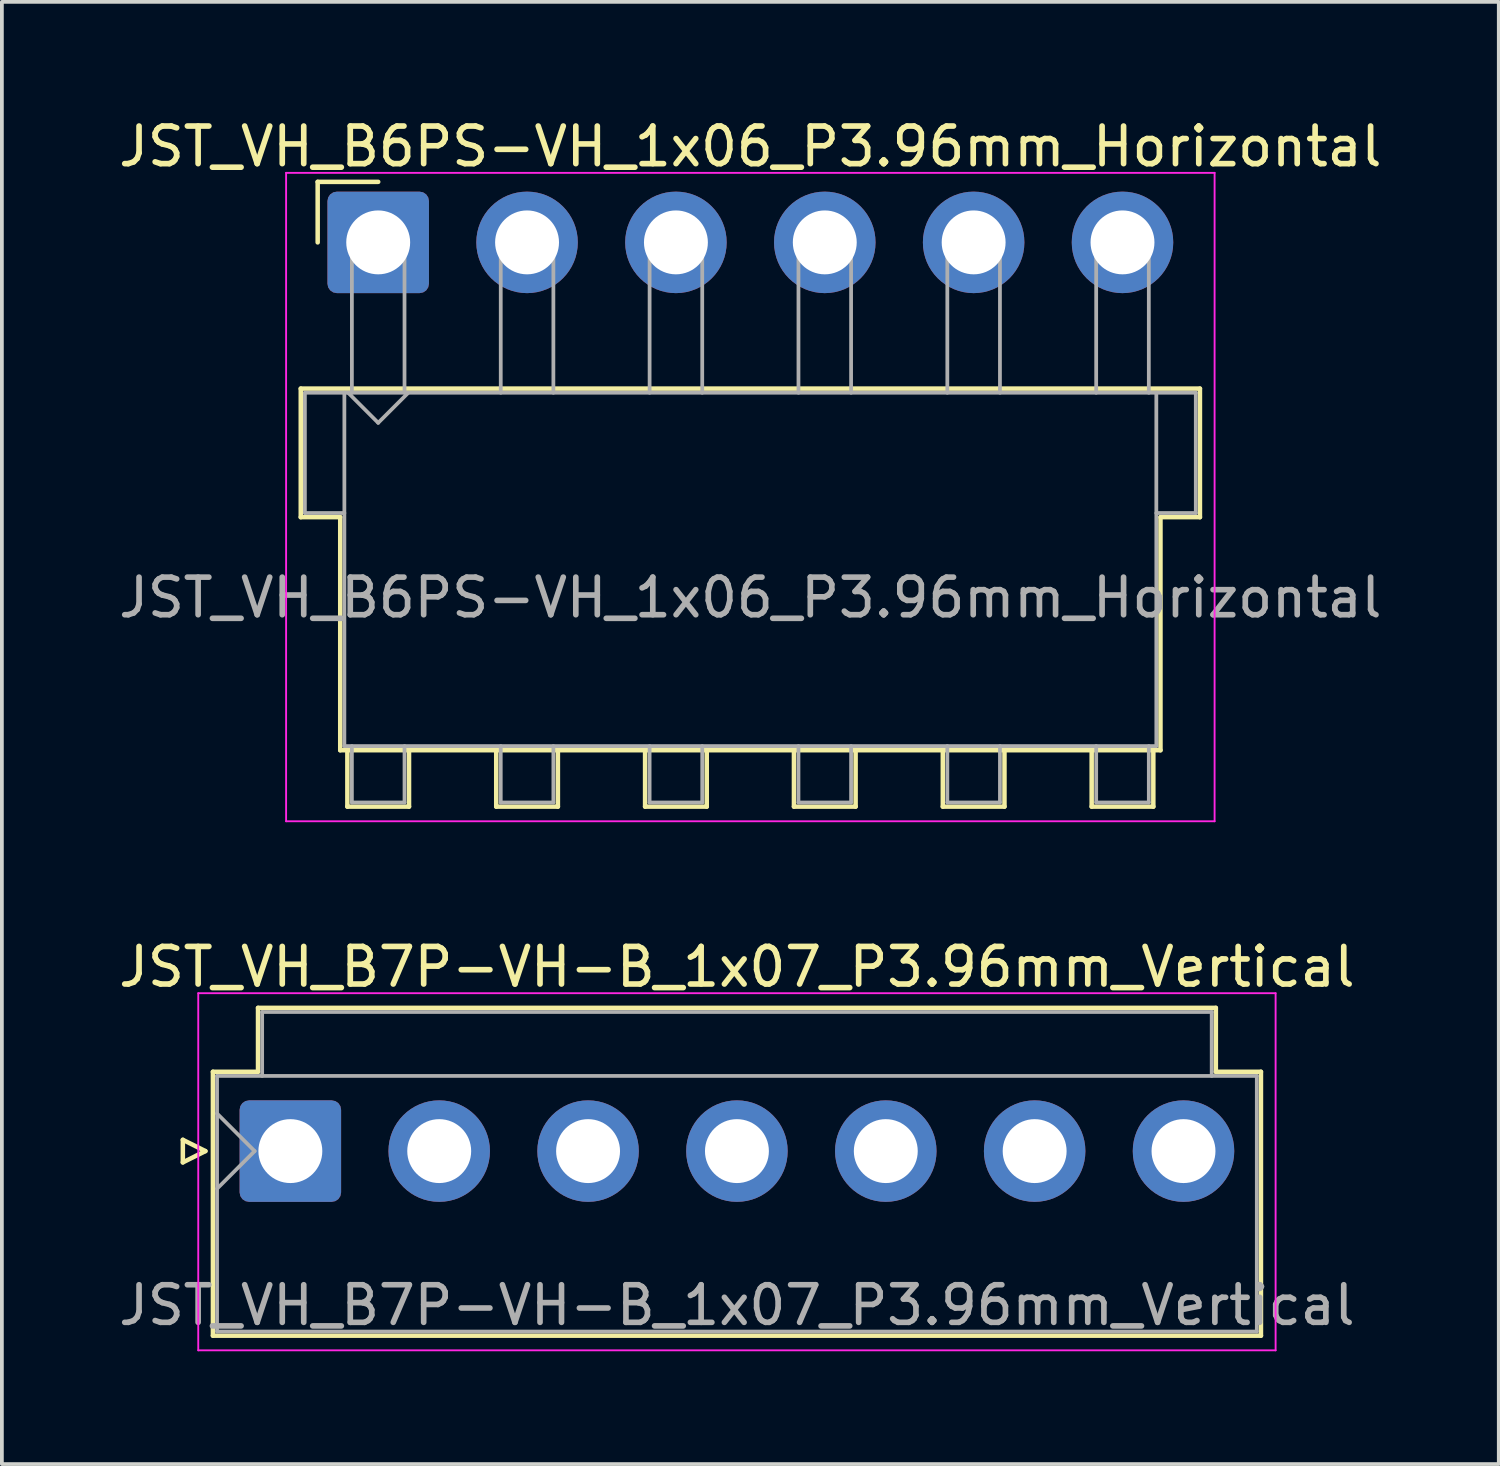
<source format=kicad_pcb>
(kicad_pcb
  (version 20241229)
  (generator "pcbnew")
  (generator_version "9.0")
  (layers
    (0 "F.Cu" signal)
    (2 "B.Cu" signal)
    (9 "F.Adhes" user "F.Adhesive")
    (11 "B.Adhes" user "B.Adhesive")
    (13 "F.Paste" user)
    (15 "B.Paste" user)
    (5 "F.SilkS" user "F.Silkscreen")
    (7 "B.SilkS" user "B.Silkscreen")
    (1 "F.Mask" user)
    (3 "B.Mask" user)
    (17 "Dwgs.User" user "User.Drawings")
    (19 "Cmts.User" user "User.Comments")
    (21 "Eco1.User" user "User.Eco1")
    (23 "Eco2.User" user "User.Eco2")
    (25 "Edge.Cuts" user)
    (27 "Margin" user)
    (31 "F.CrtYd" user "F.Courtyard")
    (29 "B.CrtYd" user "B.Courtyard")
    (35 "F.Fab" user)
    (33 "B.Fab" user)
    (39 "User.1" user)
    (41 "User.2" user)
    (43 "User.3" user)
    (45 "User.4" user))
  (footprint "JST_VH_B7P-VH-B_1x07_P3.96mm_Vertical"
    (layer "F.Cu")
    (at 4.674 27.572)
    (property "Reference" "JST_VH_B7P-VH-B_1x07_P3.96mm_Vertical" (at 11.88 -4.9 0) (layer "F.SilkS") (effects (font (size 1 1) (thickness 0.15))))
    (attr through_hole)
    (fp_line (start -2.86 -0.3) (end -2.26 0) (stroke (width 0.12) (type solid)) (layer "F.SilkS"))
    (fp_line (start -2.86 0.3) (end -2.86 -0.3) (stroke (width 0.12) (type solid)) (layer "F.SilkS"))
    (fp_line (start -2.26 0) (end -2.86 0.3) (stroke (width 0.12) (type solid)) (layer "F.SilkS"))
    (fp_line (start -2.06 -2.11) (end -0.86 -2.11) (stroke (width 0.12) (type solid)) (layer "F.SilkS"))
    (fp_line (start -2.06 4.91) (end -2.06 -2.11) (stroke (width 0.12) (type solid)) (layer "F.SilkS"))
    (fp_line (start -0.86 -3.81) (end 24.62 -3.81) (stroke (width 0.12) (type solid)) (layer "F.SilkS"))
    (fp_line (start -0.86 -2.11) (end -0.86 -3.81) (stroke (width 0.12) (type solid)) (layer "F.SilkS"))
    (fp_line (start 24.62 -3.81) (end 24.62 -2.11) (stroke (width 0.12) (type solid)) (layer "F.SilkS"))
    (fp_line (start 24.62 -2.11) (end 25.82 -2.11) (stroke (width 0.12) (type solid)) (layer "F.SilkS"))
    (fp_line (start 25.82 -2.11) (end 25.82 4.91) (stroke (width 0.12) (type solid)) (layer "F.SilkS"))
    (fp_line (start 25.82 4.91) (end -2.06 4.91) (stroke (width 0.12) (type solid)) (layer "F.SilkS"))
    (fp_line (start -2.45 -4.2) (end -2.45 5.3) (stroke (width 0.05) (type solid)) (layer "F.CrtYd"))
    (fp_line (start -2.45 5.3) (end 26.21 5.3) (stroke (width 0.05) (type solid)) (layer "F.CrtYd"))
    (fp_line (start 26.21 -4.2) (end -2.45 -4.2) (stroke (width 0.05) (type solid)) (layer "F.CrtYd"))
    (fp_line (start 26.21 5.3) (end 26.21 -4.2) (stroke (width 0.05) (type solid)) (layer "F.CrtYd"))
    (fp_line (start -1.95 -2) (end -1.95 4.8) (stroke (width 0.1) (type solid)) (layer "F.Fab"))
    (fp_line (start -1.95 -1) (end -0.95 0) (stroke (width 0.1) (type solid)) (layer "F.Fab"))
    (fp_line (start -1.95 1) (end -0.95 0) (stroke (width 0.1) (type solid)) (layer "F.Fab"))
    (fp_line (start -1.95 4.8) (end 25.71 4.8) (stroke (width 0.1) (type solid)) (layer "F.Fab"))
    (fp_line (start -0.75 -3.7) (end 24.51 -3.7) (stroke (width 0.1) (type solid)) (layer "F.Fab"))
    (fp_line (start -0.75 -2) (end -0.75 -3.7) (stroke (width 0.1) (type solid)) (layer "F.Fab"))
    (fp_line (start 24.51 -3.7) (end 24.51 -2) (stroke (width 0.1) (type solid)) (layer "F.Fab"))
    (fp_line (start 25.71 -2) (end -1.95 -2) (stroke (width 0.1) (type solid)) (layer "F.Fab"))
    (fp_line (start 25.71 4.8) (end 25.71 -2) (stroke (width 0.1) (type solid)) (layer "F.Fab"))
    (fp_text user "${REFERENCE}" (at 11.88 4.1 0) (layer "F.Fab") (effects (font (size 1 1) (thickness 0.15))))
    (pad "1" thru_hole roundrect (at 0 0) (size 2.7 2.7) (drill 1.7) (layers "*.Cu" "*.Mask") (roundrect_rratio 0.093))
    (pad "2" thru_hole circle (at 3.96 0) (size 2.7 2.7) (drill 1.7) (layers "*.Cu" "*.Mask"))
    (pad "3" thru_hole circle (at 7.92 0) (size 2.7 2.7) (drill 1.7) (layers "*.Cu" "*.Mask"))
    (pad "4" thru_hole circle (at 11.88 0) (size 2.7 2.7) (drill 1.7) (layers "*.Cu" "*.Mask"))
    (pad "5" thru_hole circle (at 15.84 0) (size 2.7 2.7) (drill 1.7) (layers "*.Cu" "*.Mask"))
    (pad "6" thru_hole circle (at 19.8 0) (size 2.7 2.7) (drill 1.7) (layers "*.Cu" "*.Mask"))
    (pad "7" thru_hole circle (at 23.76 0) (size 2.7 2.7) (drill 1.7) (layers "*.Cu" "*.Mask")))
  (footprint "JST_VH_B6PS-VH_1x06_P3.96mm_Horizontal"
    (layer "F.Cu")
    (at 7.011 3.398)
    (property "Reference" "JST_VH_B6PS-VH_1x06_P3.96mm_Horizontal" (at 9.9 -2.55 0) (layer "F.SilkS") (effects (font (size 1 1) (thickness 0.15))))
    (attr through_hole)
    (fp_line (start -2.06 3.89) (end 21.86 3.89) (stroke (width 0.12) (type solid)) (layer "F.SilkS"))
    (fp_line (start -2.06 7.31) (end -2.06 3.89) (stroke (width 0.12) (type solid)) (layer "F.SilkS"))
    (fp_line (start -1.61 -1.61) (end -1.61 0) (stroke (width 0.12) (type solid)) (layer "F.SilkS"))
    (fp_line (start -1.01 7.31) (end -2.06 7.31) (stroke (width 0.12) (type solid)) (layer "F.SilkS"))
    (fp_line (start -1.01 13.51) (end -1.01 7.31) (stroke (width 0.12) (type solid)) (layer "F.SilkS"))
    (fp_line (start -0.82 13.51) (end -0.82 15.01) (stroke (width 0.12) (type solid)) (layer "F.SilkS"))
    (fp_line (start -0.82 15.01) (end 0.82 15.01) (stroke (width 0.12) (type solid)) (layer "F.SilkS"))
    (fp_line (start 0 -1.61) (end -1.61 -1.61) (stroke (width 0.12) (type solid)) (layer "F.SilkS"))
    (fp_line (start 0.82 15.01) (end 0.82 13.51) (stroke (width 0.12) (type solid)) (layer "F.SilkS"))
    (fp_line (start 3.14 13.51) (end 3.14 15.01) (stroke (width 0.12) (type solid)) (layer "F.SilkS"))
    (fp_line (start 3.14 15.01) (end 4.78 15.01) (stroke (width 0.12) (type solid)) (layer "F.SilkS"))
    (fp_line (start 4.78 15.01) (end 4.78 13.51) (stroke (width 0.12) (type solid)) (layer "F.SilkS"))
    (fp_line (start 7.1 13.51) (end 7.1 15.01) (stroke (width 0.12) (type solid)) (layer "F.SilkS"))
    (fp_line (start 7.1 15.01) (end 8.74 15.01) (stroke (width 0.12) (type solid)) (layer "F.SilkS"))
    (fp_line (start 8.74 15.01) (end 8.74 13.51) (stroke (width 0.12) (type solid)) (layer "F.SilkS"))
    (fp_line (start 11.06 13.51) (end 11.06 15.01) (stroke (width 0.12) (type solid)) (layer "F.SilkS"))
    (fp_line (start 11.06 15.01) (end 12.7 15.01) (stroke (width 0.12) (type solid)) (layer "F.SilkS"))
    (fp_line (start 12.7 15.01) (end 12.7 13.51) (stroke (width 0.12) (type solid)) (layer "F.SilkS"))
    (fp_line (start 15.02 13.51) (end 15.02 15.01) (stroke (width 0.12) (type solid)) (layer "F.SilkS"))
    (fp_line (start 15.02 15.01) (end 16.66 15.01) (stroke (width 0.12) (type solid)) (layer "F.SilkS"))
    (fp_line (start 16.66 15.01) (end 16.66 13.51) (stroke (width 0.12) (type solid)) (layer "F.SilkS"))
    (fp_line (start 18.98 13.51) (end 18.98 15.01) (stroke (width 0.12) (type solid)) (layer "F.SilkS"))
    (fp_line (start 18.98 15.01) (end 20.62 15.01) (stroke (width 0.12) (type solid)) (layer "F.SilkS"))
    (fp_line (start 20.62 15.01) (end 20.62 13.51) (stroke (width 0.12) (type solid)) (layer "F.SilkS"))
    (fp_line (start 20.81 7.31) (end 20.81 13.51) (stroke (width 0.12) (type solid)) (layer "F.SilkS"))
    (fp_line (start 20.81 13.51) (end -1.01 13.51) (stroke (width 0.12) (type solid)) (layer "F.SilkS"))
    (fp_line (start 21.86 3.89) (end 21.86 7.31) (stroke (width 0.12) (type solid)) (layer "F.SilkS"))
    (fp_line (start 21.86 7.31) (end 20.81 7.31) (stroke (width 0.12) (type solid)) (layer "F.SilkS"))
    (fp_line (start -2.45 -1.85) (end -2.45 15.4) (stroke (width 0.05) (type solid)) (layer "F.CrtYd"))
    (fp_line (start -2.45 15.4) (end 22.25 15.4) (stroke (width 0.05) (type solid)) (layer "F.CrtYd"))
    (fp_line (start 22.25 -1.85) (end -2.45 -1.85) (stroke (width 0.05) (type solid)) (layer "F.CrtYd"))
    (fp_line (start 22.25 15.4) (end 22.25 -1.85) (stroke (width 0.05) (type solid)) (layer "F.CrtYd"))
    (fp_line (start -1.95 4) (end -0.9 4) (stroke (width 0.1) (type solid)) (layer "F.Fab"))
    (fp_line (start -1.95 7.2) (end -1.95 4) (stroke (width 0.1) (type solid)) (layer "F.Fab"))
    (fp_line (start -0.9 4) (end -0.9 13.4) (stroke (width 0.1) (type solid)) (layer "F.Fab"))
    (fp_line (start -0.9 7.2) (end -1.95 7.2) (stroke (width 0.1) (type solid)) (layer "F.Fab"))
    (fp_line (start -0.9 13.4) (end 20.7 13.4) (stroke (width 0.1) (type solid)) (layer "F.Fab"))
    (fp_line (start -0.8 4) (end 0 4.8) (stroke (width 0.1) (type solid)) (layer "F.Fab"))
    (fp_line (start -0.7 0) (end 0.7 0) (stroke (width 0.1) (type solid)) (layer "F.Fab"))
    (fp_line (start -0.7 4) (end -0.7 0) (stroke (width 0.1) (type solid)) (layer "F.Fab"))
    (fp_line (start -0.7 13.4) (end -0.7 14.9) (stroke (width 0.1) (type solid)) (layer "F.Fab"))
    (fp_line (start -0.7 14.9) (end 0.7 14.9) (stroke (width 0.1) (type solid)) (layer "F.Fab"))
    (fp_line (start 0 4.8) (end 0.8 4) (stroke (width 0.1) (type solid)) (layer "F.Fab"))
    (fp_line (start 0.7 0) (end 0.7 4) (stroke (width 0.1) (type solid)) (layer "F.Fab"))
    (fp_line (start 0.7 14.9) (end 0.7 13.4) (stroke (width 0.1) (type solid)) (layer "F.Fab"))
    (fp_line (start 3.26 0) (end 4.66 0) (stroke (width 0.1) (type solid)) (layer "F.Fab"))
    (fp_line (start 3.26 4) (end 3.26 0) (stroke (width 0.1) (type solid)) (layer "F.Fab"))
    (fp_line (start 3.26 13.4) (end 3.26 14.9) (stroke (width 0.1) (type solid)) (layer "F.Fab"))
    (fp_line (start 3.26 14.9) (end 4.66 14.9) (stroke (width 0.1) (type solid)) (layer "F.Fab"))
    (fp_line (start 4.66 0) (end 4.66 4) (stroke (width 0.1) (type solid)) (layer "F.Fab"))
    (fp_line (start 4.66 14.9) (end 4.66 13.4) (stroke (width 0.1) (type solid)) (layer "F.Fab"))
    (fp_line (start 7.22 0) (end 8.62 0) (stroke (width 0.1) (type solid)) (layer "F.Fab"))
    (fp_line (start 7.22 4) (end 7.22 0) (stroke (width 0.1) (type solid)) (layer "F.Fab"))
    (fp_line (start 7.22 13.4) (end 7.22 14.9) (stroke (width 0.1) (type solid)) (layer "F.Fab"))
    (fp_line (start 7.22 14.9) (end 8.62 14.9) (stroke (width 0.1) (type solid)) (layer "F.Fab"))
    (fp_line (start 8.62 0) (end 8.62 4) (stroke (width 0.1) (type solid)) (layer "F.Fab"))
    (fp_line (start 8.62 14.9) (end 8.62 13.4) (stroke (width 0.1) (type solid)) (layer "F.Fab"))
    (fp_line (start 11.18 0) (end 12.58 0) (stroke (width 0.1) (type solid)) (layer "F.Fab"))
    (fp_line (start 11.18 4) (end 11.18 0) (stroke (width 0.1) (type solid)) (layer "F.Fab"))
    (fp_line (start 11.18 13.4) (end 11.18 14.9) (stroke (width 0.1) (type solid)) (layer "F.Fab"))
    (fp_line (start 11.18 14.9) (end 12.58 14.9) (stroke (width 0.1) (type solid)) (layer "F.Fab"))
    (fp_line (start 12.58 0) (end 12.58 4) (stroke (width 0.1) (type solid)) (layer "F.Fab"))
    (fp_line (start 12.58 14.9) (end 12.58 13.4) (stroke (width 0.1) (type solid)) (layer "F.Fab"))
    (fp_line (start 15.14 0) (end 16.54 0) (stroke (width 0.1) (type solid)) (layer "F.Fab"))
    (fp_line (start 15.14 4) (end 15.14 0) (stroke (width 0.1) (type solid)) (layer "F.Fab"))
    (fp_line (start 15.14 13.4) (end 15.14 14.9) (stroke (width 0.1) (type solid)) (layer "F.Fab"))
    (fp_line (start 15.14 14.9) (end 16.54 14.9) (stroke (width 0.1) (type solid)) (layer "F.Fab"))
    (fp_line (start 16.54 0) (end 16.54 4) (stroke (width 0.1) (type solid)) (layer "F.Fab"))
    (fp_line (start 16.54 14.9) (end 16.54 13.4) (stroke (width 0.1) (type solid)) (layer "F.Fab"))
    (fp_line (start 19.1 0) (end 20.5 0) (stroke (width 0.1) (type solid)) (layer "F.Fab"))
    (fp_line (start 19.1 4) (end 19.1 0) (stroke (width 0.1) (type solid)) (layer "F.Fab"))
    (fp_line (start 19.1 13.4) (end 19.1 14.9) (stroke (width 0.1) (type solid)) (layer "F.Fab"))
    (fp_line (start 19.1 14.9) (end 20.5 14.9) (stroke (width 0.1) (type solid)) (layer "F.Fab"))
    (fp_line (start 20.5 0) (end 20.5 4) (stroke (width 0.1) (type solid)) (layer "F.Fab"))
    (fp_line (start 20.5 14.9) (end 20.5 13.4) (stroke (width 0.1) (type solid)) (layer "F.Fab"))
    (fp_line (start 20.7 4) (end -0.9 4) (stroke (width 0.1) (type solid)) (layer "F.Fab"))
    (fp_line (start 20.7 4) (end 21.75 4) (stroke (width 0.1) (type solid)) (layer "F.Fab"))
    (fp_line (start 20.7 13.4) (end 20.7 4) (stroke (width 0.1) (type solid)) (layer "F.Fab"))
    (fp_line (start 21.75 4) (end 21.75 7.2) (stroke (width 0.1) (type solid)) (layer "F.Fab"))
    (fp_line (start 21.75 7.2) (end 20.7 7.2) (stroke (width 0.1) (type solid)) (layer "F.Fab"))
    (fp_text user "${REFERENCE}" (at 9.9 9.45 0) (layer "F.Fab") (effects (font (size 1 1) (thickness 0.15))))
    (pad "1" thru_hole roundrect (at 0 0) (size 2.7 2.7) (drill 1.7) (layers "*.Cu" "*.Mask") (roundrect_rratio 0.093))
    (pad "2" thru_hole circle (at 3.96 0) (size 2.7 2.7) (drill 1.7) (layers "*.Cu" "*.Mask"))
    (pad "3" thru_hole circle (at 7.92 0) (size 2.7 2.7) (drill 1.7) (layers "*.Cu" "*.Mask"))
    (pad "4" thru_hole circle (at 11.88 0) (size 2.7 2.7) (drill 1.7) (layers "*.Cu" "*.Mask"))
    (pad "5" thru_hole circle (at 15.84 0) (size 2.7 2.7) (drill 1.7) (layers "*.Cu" "*.Mask"))
    (pad "6" thru_hole circle (at 19.8 0) (size 2.7 2.7) (drill 1.7) (layers "*.Cu" "*.Mask")))
  (gr_rect
    (start -3 -3)
    (end 36.821 35.897)
    (stroke (width 0.1) (type default))
    (fill no)
    (layer "Edge.Cuts")))
</source>
